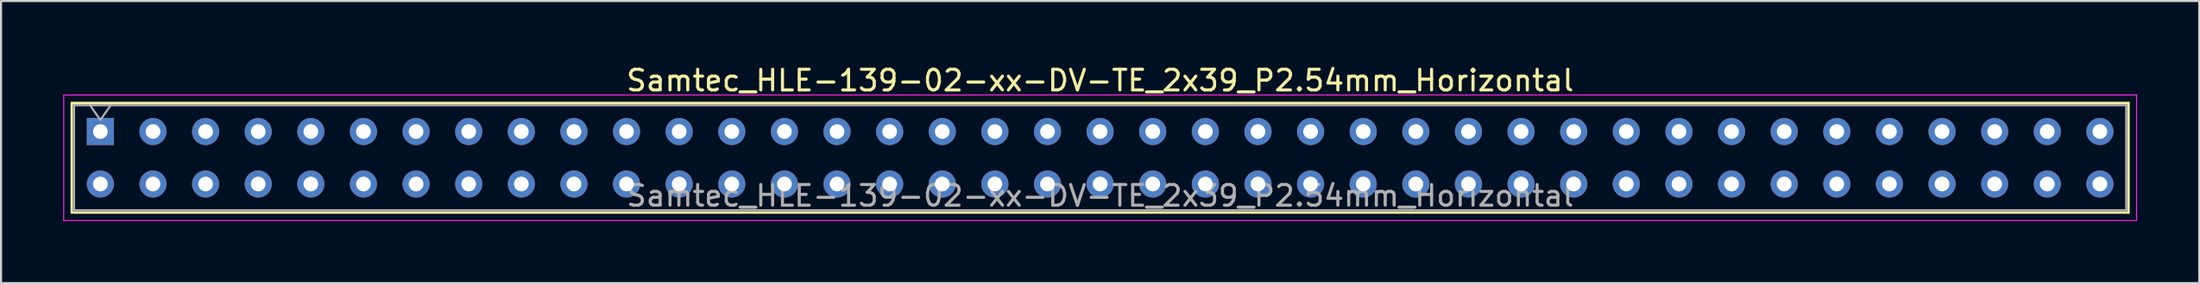
<source format=kicad_pcb>
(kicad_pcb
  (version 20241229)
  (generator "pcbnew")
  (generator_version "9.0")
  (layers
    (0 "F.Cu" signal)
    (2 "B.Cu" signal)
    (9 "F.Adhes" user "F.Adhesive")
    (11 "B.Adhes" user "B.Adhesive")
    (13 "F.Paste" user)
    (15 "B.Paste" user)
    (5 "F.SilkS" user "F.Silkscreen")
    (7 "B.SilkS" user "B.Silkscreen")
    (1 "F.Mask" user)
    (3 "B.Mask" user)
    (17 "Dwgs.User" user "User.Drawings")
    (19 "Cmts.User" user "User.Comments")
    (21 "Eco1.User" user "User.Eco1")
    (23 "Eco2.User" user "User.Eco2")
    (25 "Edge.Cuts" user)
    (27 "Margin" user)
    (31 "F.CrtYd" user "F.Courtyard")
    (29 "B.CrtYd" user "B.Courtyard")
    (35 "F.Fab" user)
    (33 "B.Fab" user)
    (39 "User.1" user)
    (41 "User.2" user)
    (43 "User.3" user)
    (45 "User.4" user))
  (footprint "Samtec_HLE-139-02-xx-DV-TE_2x39_P2.54mm_Horizontal"
    (layer "F.Cu")
    (at 1.795 3.318)
    (property "Reference" "Samtec_HLE-139-02-xx-DV-TE_2x39_P2.54mm_Horizontal" (at 48.26 -2.47 0) (layer "F.SilkS") (effects (font (size 1 1) (thickness 0.15))))
    (attr through_hole)
    (fp_line (start -1.38 -1.38) (end 97.9 -1.38) (stroke (width 0.12) (type solid)) (layer "F.SilkS"))
    (fp_line (start -1.38 3.92) (end -1.38 -1.38) (stroke (width 0.12) (type solid)) (layer "F.SilkS"))
    (fp_line (start 97.9 -1.38) (end 97.9 3.92) (stroke (width 0.12) (type solid)) (layer "F.SilkS"))
    (fp_line (start 97.9 3.92) (end -1.38 3.92) (stroke (width 0.12) (type solid)) (layer "F.SilkS"))
    (fp_line (start -1.77 -1.77) (end 98.29 -1.77) (stroke (width 0.05) (type solid)) (layer "F.CrtYd"))
    (fp_line (start -1.77 4.31) (end -1.77 -1.77) (stroke (width 0.05) (type solid)) (layer "F.CrtYd"))
    (fp_line (start 98.29 -1.77) (end 98.29 4.31) (stroke (width 0.05) (type solid)) (layer "F.CrtYd"))
    (fp_line (start 98.29 4.31) (end -1.77 4.31) (stroke (width 0.05) (type solid)) (layer "F.CrtYd"))
    (fp_line (start -1.27 -1.27) (end 97.79 -1.27) (stroke (width 0.1) (type solid)) (layer "F.Fab"))
    (fp_line (start -1.27 3.81) (end -1.27 -1.27) (stroke (width 0.1) (type solid)) (layer "F.Fab"))
    (fp_line (start -0.5 -1.27) (end 0 -0.563) (stroke (width 0.1) (type solid)) (layer "F.Fab"))
    (fp_line (start 0 -0.563) (end 0.5 -1.27) (stroke (width 0.1) (type solid)) (layer "F.Fab"))
    (fp_line (start 97.79 -1.27) (end 97.79 3.81) (stroke (width 0.1) (type solid)) (layer "F.Fab"))
    (fp_line (start 97.79 3.81) (end -1.27 3.81) (stroke (width 0.1) (type solid)) (layer "F.Fab"))
    (fp_text user "${REFERENCE}" (at 48.26 3.11 0) (layer "F.Fab") (effects (font (size 1 1) (thickness 0.15))))
    (pad "1" thru_hole rect (at 0 0) (size 1.31 1.31) (drill 0.71) (layers "*.Cu" "*.Mask"))
    (pad "2" thru_hole circle (at 0 2.54) (size 1.31 1.31) (drill 0.71) (layers "*.Cu" "*.Mask"))
    (pad "3" thru_hole circle (at 2.54 0) (size 1.31 1.31) (drill 0.71) (layers "*.Cu" "*.Mask"))
    (pad "4" thru_hole circle (at 2.54 2.54) (size 1.31 1.31) (drill 0.71) (layers "*.Cu" "*.Mask"))
    (pad "5" thru_hole circle (at 5.08 0) (size 1.31 1.31) (drill 0.71) (layers "*.Cu" "*.Mask"))
    (pad "6" thru_hole circle (at 5.08 2.54) (size 1.31 1.31) (drill 0.71) (layers "*.Cu" "*.Mask"))
    (pad "7" thru_hole circle (at 7.62 0) (size 1.31 1.31) (drill 0.71) (layers "*.Cu" "*.Mask"))
    (pad "8" thru_hole circle (at 7.62 2.54) (size 1.31 1.31) (drill 0.71) (layers "*.Cu" "*.Mask"))
    (pad "9" thru_hole circle (at 10.16 0) (size 1.31 1.31) (drill 0.71) (layers "*.Cu" "*.Mask"))
    (pad "10" thru_hole circle (at 10.16 2.54) (size 1.31 1.31) (drill 0.71) (layers "*.Cu" "*.Mask"))
    (pad "11" thru_hole circle (at 12.7 0) (size 1.31 1.31) (drill 0.71) (layers "*.Cu" "*.Mask"))
    (pad "12" thru_hole circle (at 12.7 2.54) (size 1.31 1.31) (drill 0.71) (layers "*.Cu" "*.Mask"))
    (pad "13" thru_hole circle (at 15.24 0) (size 1.31 1.31) (drill 0.71) (layers "*.Cu" "*.Mask"))
    (pad "14" thru_hole circle (at 15.24 2.54) (size 1.31 1.31) (drill 0.71) (layers "*.Cu" "*.Mask"))
    (pad "15" thru_hole circle (at 17.78 0) (size 1.31 1.31) (drill 0.71) (layers "*.Cu" "*.Mask"))
    (pad "16" thru_hole circle (at 17.78 2.54) (size 1.31 1.31) (drill 0.71) (layers "*.Cu" "*.Mask"))
    (pad "17" thru_hole circle (at 20.32 0) (size 1.31 1.31) (drill 0.71) (layers "*.Cu" "*.Mask"))
    (pad "18" thru_hole circle (at 20.32 2.54) (size 1.31 1.31) (drill 0.71) (layers "*.Cu" "*.Mask"))
    (pad "19" thru_hole circle (at 22.86 0) (size 1.31 1.31) (drill 0.71) (layers "*.Cu" "*.Mask"))
    (pad "20" thru_hole circle (at 22.86 2.54) (size 1.31 1.31) (drill 0.71) (layers "*.Cu" "*.Mask"))
    (pad "21" thru_hole circle (at 25.4 0) (size 1.31 1.31) (drill 0.71) (layers "*.Cu" "*.Mask"))
    (pad "22" thru_hole circle (at 25.4 2.54) (size 1.31 1.31) (drill 0.71) (layers "*.Cu" "*.Mask"))
    (pad "23" thru_hole circle (at 27.94 0) (size 1.31 1.31) (drill 0.71) (layers "*.Cu" "*.Mask"))
    (pad "24" thru_hole circle (at 27.94 2.54) (size 1.31 1.31) (drill 0.71) (layers "*.Cu" "*.Mask"))
    (pad "25" thru_hole circle (at 30.48 0) (size 1.31 1.31) (drill 0.71) (layers "*.Cu" "*.Mask"))
    (pad "26" thru_hole circle (at 30.48 2.54) (size 1.31 1.31) (drill 0.71) (layers "*.Cu" "*.Mask"))
    (pad "27" thru_hole circle (at 33.02 0) (size 1.31 1.31) (drill 0.71) (layers "*.Cu" "*.Mask"))
    (pad "28" thru_hole circle (at 33.02 2.54) (size 1.31 1.31) (drill 0.71) (layers "*.Cu" "*.Mask"))
    (pad "29" thru_hole circle (at 35.56 0) (size 1.31 1.31) (drill 0.71) (layers "*.Cu" "*.Mask"))
    (pad "30" thru_hole circle (at 35.56 2.54) (size 1.31 1.31) (drill 0.71) (layers "*.Cu" "*.Mask"))
    (pad "31" thru_hole circle (at 38.1 0) (size 1.31 1.31) (drill 0.71) (layers "*.Cu" "*.Mask"))
    (pad "32" thru_hole circle (at 38.1 2.54) (size 1.31 1.31) (drill 0.71) (layers "*.Cu" "*.Mask"))
    (pad "33" thru_hole circle (at 40.64 0) (size 1.31 1.31) (drill 0.71) (layers "*.Cu" "*.Mask"))
    (pad "34" thru_hole circle (at 40.64 2.54) (size 1.31 1.31) (drill 0.71) (layers "*.Cu" "*.Mask"))
    (pad "35" thru_hole circle (at 43.18 0) (size 1.31 1.31) (drill 0.71) (layers "*.Cu" "*.Mask"))
    (pad "36" thru_hole circle (at 43.18 2.54) (size 1.31 1.31) (drill 0.71) (layers "*.Cu" "*.Mask"))
    (pad "37" thru_hole circle (at 45.72 0) (size 1.31 1.31) (drill 0.71) (layers "*.Cu" "*.Mask"))
    (pad "38" thru_hole circle (at 45.72 2.54) (size 1.31 1.31) (drill 0.71) (layers "*.Cu" "*.Mask"))
    (pad "39" thru_hole circle (at 48.26 0) (size 1.31 1.31) (drill 0.71) (layers "*.Cu" "*.Mask"))
    (pad "40" thru_hole circle (at 48.26 2.54) (size 1.31 1.31) (drill 0.71) (layers "*.Cu" "*.Mask"))
    (pad "41" thru_hole circle (at 50.8 0) (size 1.31 1.31) (drill 0.71) (layers "*.Cu" "*.Mask"))
    (pad "42" thru_hole circle (at 50.8 2.54) (size 1.31 1.31) (drill 0.71) (layers "*.Cu" "*.Mask"))
    (pad "43" thru_hole circle (at 53.34 0) (size 1.31 1.31) (drill 0.71) (layers "*.Cu" "*.Mask"))
    (pad "44" thru_hole circle (at 53.34 2.54) (size 1.31 1.31) (drill 0.71) (layers "*.Cu" "*.Mask"))
    (pad "45" thru_hole circle (at 55.88 0) (size 1.31 1.31) (drill 0.71) (layers "*.Cu" "*.Mask"))
    (pad "46" thru_hole circle (at 55.88 2.54) (size 1.31 1.31) (drill 0.71) (layers "*.Cu" "*.Mask"))
    (pad "47" thru_hole circle (at 58.42 0) (size 1.31 1.31) (drill 0.71) (layers "*.Cu" "*.Mask"))
    (pad "48" thru_hole circle (at 58.42 2.54) (size 1.31 1.31) (drill 0.71) (layers "*.Cu" "*.Mask"))
    (pad "49" thru_hole circle (at 60.96 0) (size 1.31 1.31) (drill 0.71) (layers "*.Cu" "*.Mask"))
    (pad "50" thru_hole circle (at 60.96 2.54) (size 1.31 1.31) (drill 0.71) (layers "*.Cu" "*.Mask"))
    (pad "51" thru_hole circle (at 63.5 0) (size 1.31 1.31) (drill 0.71) (layers "*.Cu" "*.Mask"))
    (pad "52" thru_hole circle (at 63.5 2.54) (size 1.31 1.31) (drill 0.71) (layers "*.Cu" "*.Mask"))
    (pad "53" thru_hole circle (at 66.04 0) (size 1.31 1.31) (drill 0.71) (layers "*.Cu" "*.Mask"))
    (pad "54" thru_hole circle (at 66.04 2.54) (size 1.31 1.31) (drill 0.71) (layers "*.Cu" "*.Mask"))
    (pad "55" thru_hole circle (at 68.58 0) (size 1.31 1.31) (drill 0.71) (layers "*.Cu" "*.Mask"))
    (pad "56" thru_hole circle (at 68.58 2.54) (size 1.31 1.31) (drill 0.71) (layers "*.Cu" "*.Mask"))
    (pad "57" thru_hole circle (at 71.12 0) (size 1.31 1.31) (drill 0.71) (layers "*.Cu" "*.Mask"))
    (pad "58" thru_hole circle (at 71.12 2.54) (size 1.31 1.31) (drill 0.71) (layers "*.Cu" "*.Mask"))
    (pad "59" thru_hole circle (at 73.66 0) (size 1.31 1.31) (drill 0.71) (layers "*.Cu" "*.Mask"))
    (pad "60" thru_hole circle (at 73.66 2.54) (size 1.31 1.31) (drill 0.71) (layers "*.Cu" "*.Mask"))
    (pad "61" thru_hole circle (at 76.2 0) (size 1.31 1.31) (drill 0.71) (layers "*.Cu" "*.Mask"))
    (pad "62" thru_hole circle (at 76.2 2.54) (size 1.31 1.31) (drill 0.71) (layers "*.Cu" "*.Mask"))
    (pad "63" thru_hole circle (at 78.74 0) (size 1.31 1.31) (drill 0.71) (layers "*.Cu" "*.Mask"))
    (pad "64" thru_hole circle (at 78.74 2.54) (size 1.31 1.31) (drill 0.71) (layers "*.Cu" "*.Mask"))
    (pad "65" thru_hole circle (at 81.28 0) (size 1.31 1.31) (drill 0.71) (layers "*.Cu" "*.Mask"))
    (pad "66" thru_hole circle (at 81.28 2.54) (size 1.31 1.31) (drill 0.71) (layers "*.Cu" "*.Mask"))
    (pad "67" thru_hole circle (at 83.82 0) (size 1.31 1.31) (drill 0.71) (layers "*.Cu" "*.Mask"))
    (pad "68" thru_hole circle (at 83.82 2.54) (size 1.31 1.31) (drill 0.71) (layers "*.Cu" "*.Mask"))
    (pad "69" thru_hole circle (at 86.36 0) (size 1.31 1.31) (drill 0.71) (layers "*.Cu" "*.Mask"))
    (pad "70" thru_hole circle (at 86.36 2.54) (size 1.31 1.31) (drill 0.71) (layers "*.Cu" "*.Mask"))
    (pad "71" thru_hole circle (at 88.9 0) (size 1.31 1.31) (drill 0.71) (layers "*.Cu" "*.Mask"))
    (pad "72" thru_hole circle (at 88.9 2.54) (size 1.31 1.31) (drill 0.71) (layers "*.Cu" "*.Mask"))
    (pad "73" thru_hole circle (at 91.44 0) (size 1.31 1.31) (drill 0.71) (layers "*.Cu" "*.Mask"))
    (pad "74" thru_hole circle (at 91.44 2.54) (size 1.31 1.31) (drill 0.71) (layers "*.Cu" "*.Mask"))
    (pad "75" thru_hole circle (at 93.98 0) (size 1.31 1.31) (drill 0.71) (layers "*.Cu" "*.Mask"))
    (pad "76" thru_hole circle (at 93.98 2.54) (size 1.31 1.31) (drill 0.71) (layers "*.Cu" "*.Mask"))
    (pad "77" thru_hole circle (at 96.52 0) (size 1.31 1.31) (drill 0.71) (layers "*.Cu" "*.Mask"))
    (pad "78" thru_hole circle (at 96.52 2.54) (size 1.31 1.31) (drill 0.71) (layers "*.Cu" "*.Mask")))
  (gr_rect
    (start -3 -3)
    (end 103.11 10.653)
    (stroke (width 0.1) (type default))
    (fill no)
    (layer "Edge.Cuts")))
</source>
